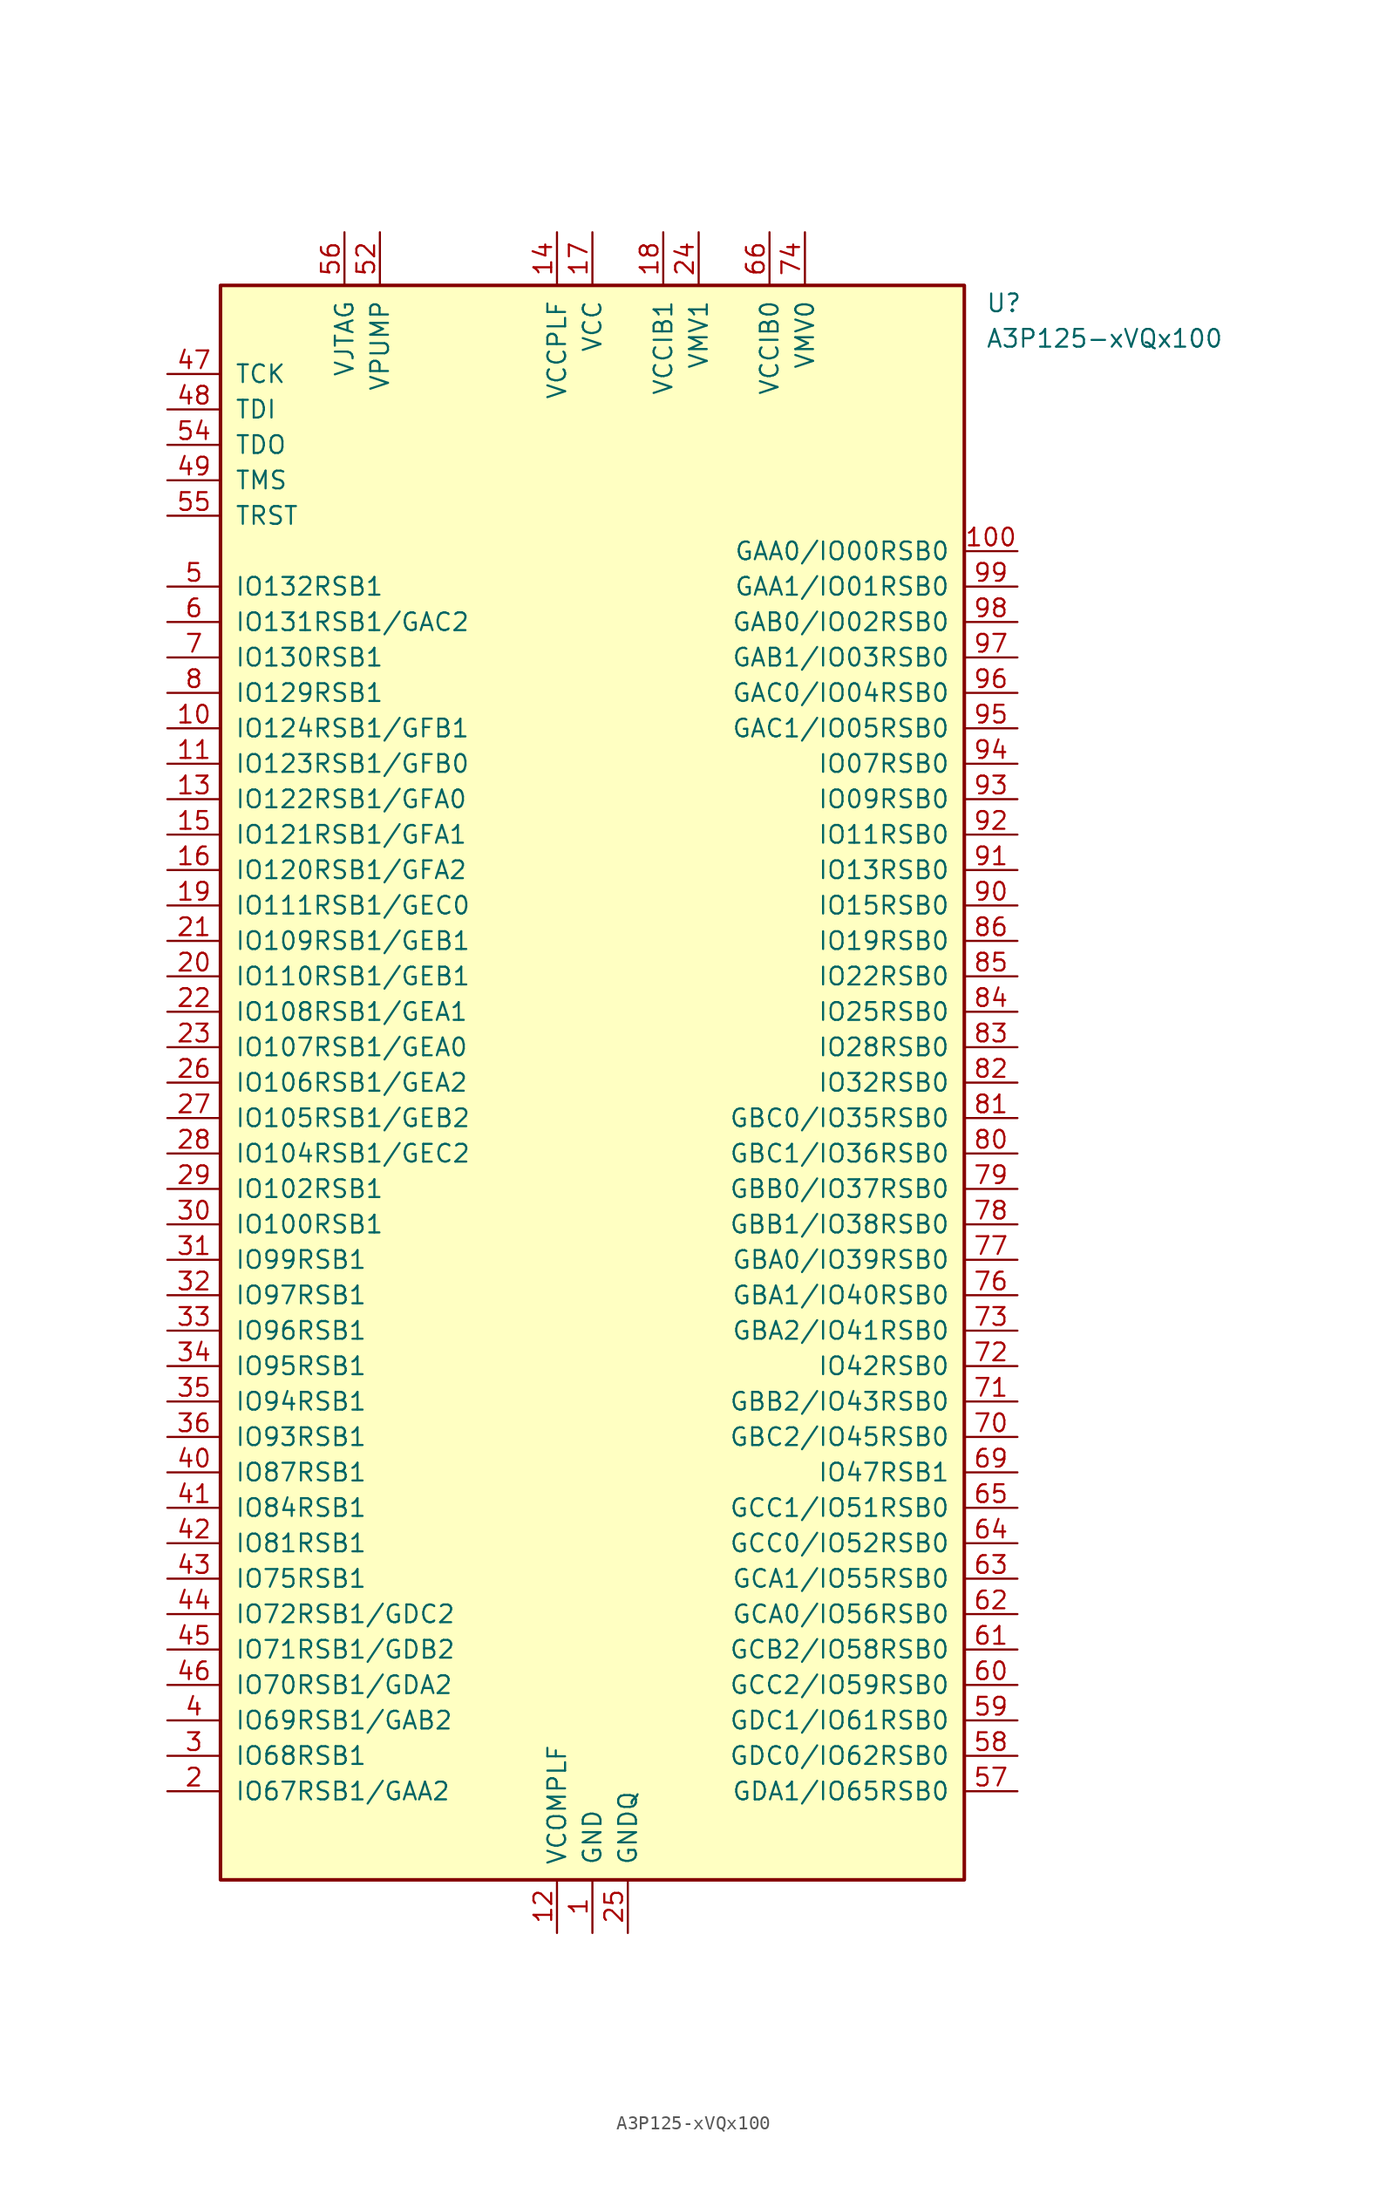
<source format=kicad_sym>
(kicad_symbol_lib
  (version 20241209)
  (generator "kicad_symbol_editor")
  (generator_version "9.0")
  (symbol "A3P125-xVQx100"
    (pin_names
      (offset 1.016))
    (property "Reference" "U"
      (at 28.194 55.88 0)
      (effects (font (size 1.27 1.27)) (justify left)))
    (property "Value" "A3P125-xVQx100"
      (at 28.194 53.34 0)
      (effects (font (size 1.27 1.27)) (justify left)))
    (symbol "A3P125-xVQx100_0_1"
      (rectangle (start -26.67 57.15) (end 26.67 -57.15) (stroke (width 0.254) (type default)) (fill (type background))))
    (symbol "A3P125-xVQx100_1_1"
      (pin input line (at -30.48 50.8 0) (length 3.81) (name "TCK" (effects (font (size 1.27 1.27)))) (number "47" (effects (font (size 1.27 1.27)))))
      (pin input line (at -30.48 48.26 0) (length 3.81) (name "TDI" (effects (font (size 1.27 1.27)))) (number "48" (effects (font (size 1.27 1.27)))))
      (pin output line (at -30.48 45.72 0) (length 3.81) (name "TDO" (effects (font (size 1.27 1.27)))) (number "54" (effects (font (size 1.27 1.27)))))
      (pin input line (at -30.48 43.18 0) (length 3.81) (name "TMS" (effects (font (size 1.27 1.27)))) (number "49" (effects (font (size 1.27 1.27)))))
      (pin input line (at -30.48 40.64 0) (length 3.81) (name "TRST" (effects (font (size 1.27 1.27)))) (number "55" (effects (font (size 1.27 1.27)))))
      (pin bidirectional line (at -30.48 35.56 0) (length 3.81) (name "IO132RSB1" (effects (font (size 1.27 1.27)))) (number "5" (effects (font (size 1.27 1.27)))))
      (pin bidirectional line (at -30.48 33.02 0) (length 3.81) (name "IO131RSB1/GAC2" (effects (font (size 1.27 1.27)))) (number "6" (effects (font (size 1.27 1.27)))))
      (pin bidirectional line (at -30.48 30.48 0) (length 3.81) (name "IO130RSB1" (effects (font (size 1.27 1.27)))) (number "7" (effects (font (size 1.27 1.27)))))
      (pin bidirectional line (at -30.48 27.94 0) (length 3.81) (name "IO129RSB1" (effects (font (size 1.27 1.27)))) (number "8" (effects (font (size 1.27 1.27)))))
      (pin bidirectional line (at -30.48 25.4 0) (length 3.81) (name "IO124RSB1/GFB1" (effects (font (size 1.27 1.27)))) (number "10" (effects (font (size 1.27 1.27)))))
      (pin bidirectional line (at -30.48 22.86 0) (length 3.81) (name "IO123RSB1/GFB0" (effects (font (size 1.27 1.27)))) (number "11" (effects (font (size 1.27 1.27)))))
      (pin bidirectional line (at -30.48 20.32 0) (length 3.81) (name "IO122RSB1/GFA0" (effects (font (size 1.27 1.27)))) (number "13" (effects (font (size 1.27 1.27)))))
      (pin bidirectional line (at -30.48 17.78 0) (length 3.81) (name "IO121RSB1/GFA1" (effects (font (size 1.27 1.27)))) (number "15" (effects (font (size 1.27 1.27)))))
      (pin bidirectional line (at -30.48 15.24 0) (length 3.81) (name "IO120RSB1/GFA2" (effects (font (size 1.27 1.27)))) (number "16" (effects (font (size 1.27 1.27)))))
      (pin bidirectional line (at -30.48 12.7 0) (length 3.81) (name "IO111RSB1/GEC0" (effects (font (size 1.27 1.27)))) (number "19" (effects (font (size 1.27 1.27)))))
      (pin bidirectional line (at -30.48 10.16 0) (length 3.81) (name "IO109RSB1/GEB1" (effects (font (size 1.27 1.27)))) (number "21" (effects (font (size 1.27 1.27)))))
      (pin bidirectional line (at -30.48 7.62 0) (length 3.81) (name "IO110RSB1/GEB1" (effects (font (size 1.27 1.27)))) (number "20" (effects (font (size 1.27 1.27)))))
      (pin bidirectional line (at -30.48 5.08 0) (length 3.81) (name "IO108RSB1/GEA1" (effects (font (size 1.27 1.27)))) (number "22" (effects (font (size 1.27 1.27)))))
      (pin bidirectional line (at -30.48 2.54 0) (length 3.81) (name "IO107RSB1/GEA0" (effects (font (size 1.27 1.27)))) (number "23" (effects (font (size 1.27 1.27)))))
      (pin bidirectional line (at -30.48 0 0) (length 3.81) (name "IO106RSB1/GEA2" (effects (font (size 1.27 1.27)))) (number "26" (effects (font (size 1.27 1.27)))))
      (pin bidirectional line (at -30.48 -2.54 0) (length 3.81) (name "IO105RSB1/GEB2" (effects (font (size 1.27 1.27)))) (number "27" (effects (font (size 1.27 1.27)))))
      (pin bidirectional line (at -30.48 -5.08 0) (length 3.81) (name "IO104RSB1/GEC2" (effects (font (size 1.27 1.27)))) (number "28" (effects (font (size 1.27 1.27)))))
      (pin bidirectional line (at -30.48 -7.62 0) (length 3.81) (name "IO102RSB1" (effects (font (size 1.27 1.27)))) (number "29" (effects (font (size 1.27 1.27)))))
      (pin bidirectional line (at -30.48 -10.16 0) (length 3.81) (name "IO100RSB1" (effects (font (size 1.27 1.27)))) (number "30" (effects (font (size 1.27 1.27)))))
      (pin bidirectional line (at -30.48 -12.7 0) (length 3.81) (name "IO99RSB1" (effects (font (size 1.27 1.27)))) (number "31" (effects (font (size 1.27 1.27)))))
      (pin bidirectional line (at -30.48 -15.24 0) (length 3.81) (name "IO97RSB1" (effects (font (size 1.27 1.27)))) (number "32" (effects (font (size 1.27 1.27)))))
      (pin bidirectional line (at -30.48 -17.78 0) (length 3.81) (name "IO96RSB1" (effects (font (size 1.27 1.27)))) (number "33" (effects (font (size 1.27 1.27)))))
      (pin bidirectional line (at -30.48 -20.32 0) (length 3.81) (name "IO95RSB1" (effects (font (size 1.27 1.27)))) (number "34" (effects (font (size 1.27 1.27)))))
      (pin bidirectional line (at -30.48 -22.86 0) (length 3.81) (name "IO94RSB1" (effects (font (size 1.27 1.27)))) (number "35" (effects (font (size 1.27 1.27)))))
      (pin bidirectional line (at -30.48 -25.4 0) (length 3.81) (name "IO93RSB1" (effects (font (size 1.27 1.27)))) (number "36" (effects (font (size 1.27 1.27)))))
      (pin bidirectional line (at -30.48 -27.94 0) (length 3.81) (name "IO87RSB1" (effects (font (size 1.27 1.27)))) (number "40" (effects (font (size 1.27 1.27)))))
      (pin bidirectional line (at -30.48 -30.48 0) (length 3.81) (name "IO84RSB1" (effects (font (size 1.27 1.27)))) (number "41" (effects (font (size 1.27 1.27)))))
      (pin bidirectional line (at -30.48 -33.02 0) (length 3.81) (name "IO81RSB1" (effects (font (size 1.27 1.27)))) (number "42" (effects (font (size 1.27 1.27)))))
      (pin bidirectional line (at -30.48 -35.56 0) (length 3.81) (name "IO75RSB1" (effects (font (size 1.27 1.27)))) (number "43" (effects (font (size 1.27 1.27)))))
      (pin bidirectional line (at -30.48 -38.1 0) (length 3.81) (name "IO72RSB1/GDC2" (effects (font (size 1.27 1.27)))) (number "44" (effects (font (size 1.27 1.27)))))
      (pin bidirectional line (at -30.48 -40.64 0) (length 3.81) (name "IO71RSB1/GDB2" (effects (font (size 1.27 1.27)))) (number "45" (effects (font (size 1.27 1.27)))))
      (pin bidirectional line (at -30.48 -43.18 0) (length 3.81) (name "IO70RSB1/GDA2" (effects (font (size 1.27 1.27)))) (number "46" (effects (font (size 1.27 1.27)))))
      (pin bidirectional line (at -30.48 -45.72 0) (length 3.81) (name "IO69RSB1/GAB2" (effects (font (size 1.27 1.27)))) (number "4" (effects (font (size 1.27 1.27)))))
      (pin bidirectional line (at -30.48 -48.26 0) (length 3.81) (name "IO68RSB1" (effects (font (size 1.27 1.27)))) (number "3" (effects (font (size 1.27 1.27)))))
      (pin bidirectional line (at -30.48 -50.8 0) (length 3.81) (name "IO67RSB1/GAA2" (effects (font (size 1.27 1.27)))) (number "2" (effects (font (size 1.27 1.27)))))
      (pin power_in line (at -17.78 60.96 270) (length 3.81) (name "VJTAG" (effects (font (size 1.27 1.27)))) (number "56" (effects (font (size 1.27 1.27)))))
      (pin power_in line (at -15.24 60.96 270) (length 3.81) (name "VPUMP" (effects (font (size 1.27 1.27)))) (number "52" (effects (font (size 1.27 1.27)))))
      (pin power_in line (at -2.54 60.96 270) (length 3.81) (name "VCCPLF" (effects (font (size 1.27 1.27)))) (number "14" (effects (font (size 1.27 1.27)))))
      (pin power_in line (at -2.54 -60.96 90) (length 3.81) (name "VCOMPLF" (effects (font (size 1.27 1.27)))) (number "12" (effects (font (size 1.27 1.27)))))
      (pin power_in line (at 0 60.96 270) (length 3.81) (name "VCC" (effects (font (size 1.27 1.27)))) (number "17" (effects (font (size 1.27 1.27)))))
      (pin passive line (at 0 60.96 270) (length 3.81) (hide yes) (name "VCC" (effects (font (size 1.27 1.27)))) (number "37" (effects (font (size 1.27 1.27)))))
      (pin passive line (at 0 60.96 270) (length 3.81) (hide yes) (name "VCC" (effects (font (size 1.27 1.27)))) (number "68" (effects (font (size 1.27 1.27)))))
      (pin passive line (at 0 60.96 270) (length 3.81) (hide yes) (name "VCC" (effects (font (size 1.27 1.27)))) (number "89" (effects (font (size 1.27 1.27)))))
      (pin power_in line (at 0 -60.96 90) (length 3.81) (name "GND" (effects (font (size 1.27 1.27)))) (number "1" (effects (font (size 1.27 1.27)))))
      (pin passive line (at 0 -60.96 90) (length 3.81) (hide yes) (name "GND" (effects (font (size 1.27 1.27)))) (number "38" (effects (font (size 1.27 1.27)))))
      (pin passive line (at 0 -60.96 90) (length 3.81) (hide yes) (name "GND" (effects (font (size 1.27 1.27)))) (number "51" (effects (font (size 1.27 1.27)))))
      (pin passive line (at 0 -60.96 90) (length 3.81) (hide yes) (name "GND" (effects (font (size 1.27 1.27)))) (number "67" (effects (font (size 1.27 1.27)))))
      (pin passive line (at 0 -60.96 90) (length 3.81) (hide yes) (name "GND" (effects (font (size 1.27 1.27)))) (number "88" (effects (font (size 1.27 1.27)))))
      (pin passive line (at 0 -60.96 90) (length 3.81) (hide yes) (name "GND" (effects (font (size 1.27 1.27)))) (number "9" (effects (font (size 1.27 1.27)))))
      (pin power_in line (at 2.54 -60.96 90) (length 3.81) (name "GNDQ" (effects (font (size 1.27 1.27)))) (number "25" (effects (font (size 1.27 1.27)))))
      (pin passive line (at 2.54 -60.96 90) (length 3.81) (hide yes) (name "GNDQ" (effects (font (size 1.27 1.27)))) (number "75" (effects (font (size 1.27 1.27)))))
      (pin power_in line (at 5.08 60.96 270) (length 3.81) (name "VCCIB1" (effects (font (size 1.27 1.27)))) (number "18" (effects (font (size 1.27 1.27)))))
      (pin passive line (at 5.08 60.96 270) (length 3.81) (hide yes) (name "VCCIB1" (effects (font (size 1.27 1.27)))) (number "39" (effects (font (size 1.27 1.27)))))
      (pin power_in line (at 7.62 60.96 270) (length 3.81) (name "VMV1" (effects (font (size 1.27 1.27)))) (number "24" (effects (font (size 1.27 1.27)))))
      (pin passive line (at 7.62 60.96 270) (length 3.81) (hide yes) (name "VMV1" (effects (font (size 1.27 1.27)))) (number "50" (effects (font (size 1.27 1.27)))))
      (pin power_in line (at 12.7 60.96 270) (length 3.81) (name "VCCIB0" (effects (font (size 1.27 1.27)))) (number "66" (effects (font (size 1.27 1.27)))))
      (pin passive line (at 12.7 60.96 270) (length 3.81) (hide yes) (name "VCCIB0" (effects (font (size 1.27 1.27)))) (number "87" (effects (font (size 1.27 1.27)))))
      (pin power_in line (at 15.24 60.96 270) (length 3.81) (name "VMV0" (effects (font (size 1.27 1.27)))) (number "74" (effects (font (size 1.27 1.27)))))
      (pin no_connect line (at 26.67 45.72 180) (length 3.81) (hide yes) (name "NC" (effects (font (size 1.27 1.27)))) (number "53" (effects (font (size 1.27 1.27)))))
      (pin bidirectional line (at 30.48 38.1 180) (length 3.81) (name "GAA0/IO00RSB0" (effects (font (size 1.27 1.27)))) (number "100" (effects (font (size 1.27 1.27)))))
      (pin bidirectional line (at 30.48 35.56 180) (length 3.81) (name "GAA1/IO01RSB0" (effects (font (size 1.27 1.27)))) (number "99" (effects (font (size 1.27 1.27)))))
      (pin bidirectional line (at 30.48 33.02 180) (length 3.81) (name "GAB0/IO02RSB0" (effects (font (size 1.27 1.27)))) (number "98" (effects (font (size 1.27 1.27)))))
      (pin bidirectional line (at 30.48 30.48 180) (length 3.81) (name "GAB1/IO03RSB0" (effects (font (size 1.27 1.27)))) (number "97" (effects (font (size 1.27 1.27)))))
      (pin bidirectional line (at 30.48 27.94 180) (length 3.81) (name "GAC0/IO04RSB0" (effects (font (size 1.27 1.27)))) (number "96" (effects (font (size 1.27 1.27)))))
      (pin bidirectional line (at 30.48 25.4 180) (length 3.81) (name "GAC1/IO05RSB0" (effects (font (size 1.27 1.27)))) (number "95" (effects (font (size 1.27 1.27)))))
      (pin bidirectional line (at 30.48 22.86 180) (length 3.81) (name "IO07RSB0" (effects (font (size 1.27 1.27)))) (number "94" (effects (font (size 1.27 1.27)))))
      (pin bidirectional line (at 30.48 20.32 180) (length 3.81) (name "IO09RSB0" (effects (font (size 1.27 1.27)))) (number "93" (effects (font (size 1.27 1.27)))))
      (pin bidirectional line (at 30.48 17.78 180) (length 3.81) (name "IO11RSB0" (effects (font (size 1.27 1.27)))) (number "92" (effects (font (size 1.27 1.27)))))
      (pin bidirectional line (at 30.48 15.24 180) (length 3.81) (name "IO13RSB0" (effects (font (size 1.27 1.27)))) (number "91" (effects (font (size 1.27 1.27)))))
      (pin bidirectional line (at 30.48 12.7 180) (length 3.81) (name "IO15RSB0" (effects (font (size 1.27 1.27)))) (number "90" (effects (font (size 1.27 1.27)))))
      (pin bidirectional line (at 30.48 10.16 180) (length 3.81) (name "IO19RSB0" (effects (font (size 1.27 1.27)))) (number "86" (effects (font (size 1.27 1.27)))))
      (pin bidirectional line (at 30.48 7.62 180) (length 3.81) (name "IO22RSB0" (effects (font (size 1.27 1.27)))) (number "85" (effects (font (size 1.27 1.27)))))
      (pin bidirectional line (at 30.48 5.08 180) (length 3.81) (name "IO25RSB0" (effects (font (size 1.27 1.27)))) (number "84" (effects (font (size 1.27 1.27)))))
      (pin bidirectional line (at 30.48 2.54 180) (length 3.81) (name "IO28RSB0" (effects (font (size 1.27 1.27)))) (number "83" (effects (font (size 1.27 1.27)))))
      (pin bidirectional line (at 30.48 0 180) (length 3.81) (name "IO32RSB0" (effects (font (size 1.27 1.27)))) (number "82" (effects (font (size 1.27 1.27)))))
      (pin bidirectional line (at 30.48 -2.54 180) (length 3.81) (name "GBC0/IO35RSB0" (effects (font (size 1.27 1.27)))) (number "81" (effects (font (size 1.27 1.27)))))
      (pin bidirectional line (at 30.48 -5.08 180) (length 3.81) (name "GBC1/IO36RSB0" (effects (font (size 1.27 1.27)))) (number "80" (effects (font (size 1.27 1.27)))))
      (pin bidirectional line (at 30.48 -7.62 180) (length 3.81) (name "GBB0/IO37RSB0" (effects (font (size 1.27 1.27)))) (number "79" (effects (font (size 1.27 1.27)))))
      (pin bidirectional line (at 30.48 -10.16 180) (length 3.81) (name "GBB1/IO38RSB0" (effects (font (size 1.27 1.27)))) (number "78" (effects (font (size 1.27 1.27)))))
      (pin bidirectional line (at 30.48 -12.7 180) (length 3.81) (name "GBA0/IO39RSB0" (effects (font (size 1.27 1.27)))) (number "77" (effects (font (size 1.27 1.27)))))
      (pin bidirectional line (at 30.48 -15.24 180) (length 3.81) (name "GBA1/IO40RSB0" (effects (font (size 1.27 1.27)))) (number "76" (effects (font (size 1.27 1.27)))))
      (pin bidirectional line (at 30.48 -17.78 180) (length 3.81) (name "GBA2/IO41RSB0" (effects (font (size 1.27 1.27)))) (number "73" (effects (font (size 1.27 1.27)))))
      (pin bidirectional line (at 30.48 -20.32 180) (length 3.81) (name "IO42RSB0" (effects (font (size 1.27 1.27)))) (number "72" (effects (font (size 1.27 1.27)))))
      (pin bidirectional line (at 30.48 -22.86 180) (length 3.81) (name "GBB2/IO43RSB0" (effects (font (size 1.27 1.27)))) (number "71" (effects (font (size 1.27 1.27)))))
      (pin bidirectional line (at 30.48 -25.4 180) (length 3.81) (name "GBC2/IO45RSB0" (effects (font (size 1.27 1.27)))) (number "70" (effects (font (size 1.27 1.27)))))
      (pin bidirectional line (at 30.48 -27.94 180) (length 3.81) (name "IO47RSB1" (effects (font (size 1.27 1.27)))) (number "69" (effects (font (size 1.27 1.27)))))
      (pin bidirectional line (at 30.48 -30.48 180) (length 3.81) (name "GCC1/IO51RSB0" (effects (font (size 1.27 1.27)))) (number "65" (effects (font (size 1.27 1.27)))))
      (pin bidirectional line (at 30.48 -33.02 180) (length 3.81) (name "GCC0/IO52RSB0" (effects (font (size 1.27 1.27)))) (number "64" (effects (font (size 1.27 1.27)))))
      (pin bidirectional line (at 30.48 -35.56 180) (length 3.81) (name "GCA1/IO55RSB0" (effects (font (size 1.27 1.27)))) (number "63" (effects (font (size 1.27 1.27)))))
      (pin bidirectional line (at 30.48 -38.1 180) (length 3.81) (name "GCA0/IO56RSB0" (effects (font (size 1.27 1.27)))) (number "62" (effects (font (size 1.27 1.27)))))
      (pin bidirectional line (at 30.48 -40.64 180) (length 3.81) (name "GCB2/IO58RSB0" (effects (font (size 1.27 1.27)))) (number "61" (effects (font (size 1.27 1.27)))))
      (pin bidirectional line (at 30.48 -43.18 180) (length 3.81) (name "GCC2/IO59RSB0" (effects (font (size 1.27 1.27)))) (number "60" (effects (font (size 1.27 1.27)))))
      (pin bidirectional line (at 30.48 -45.72 180) (length 3.81) (name "GDC1/IO61RSB0" (effects (font (size 1.27 1.27)))) (number "59" (effects (font (size 1.27 1.27)))))
      (pin bidirectional line (at 30.48 -48.26 180) (length 3.81) (name "GDC0/IO62RSB0" (effects (font (size 1.27 1.27)))) (number "58" (effects (font (size 1.27 1.27)))))
      (pin bidirectional line (at 30.48 -50.8 180) (length 3.81) (name "GDA1/IO65RSB0" (effects (font (size 1.27 1.27)))) (number "57" (effects (font (size 1.27 1.27))))))))
</source>
